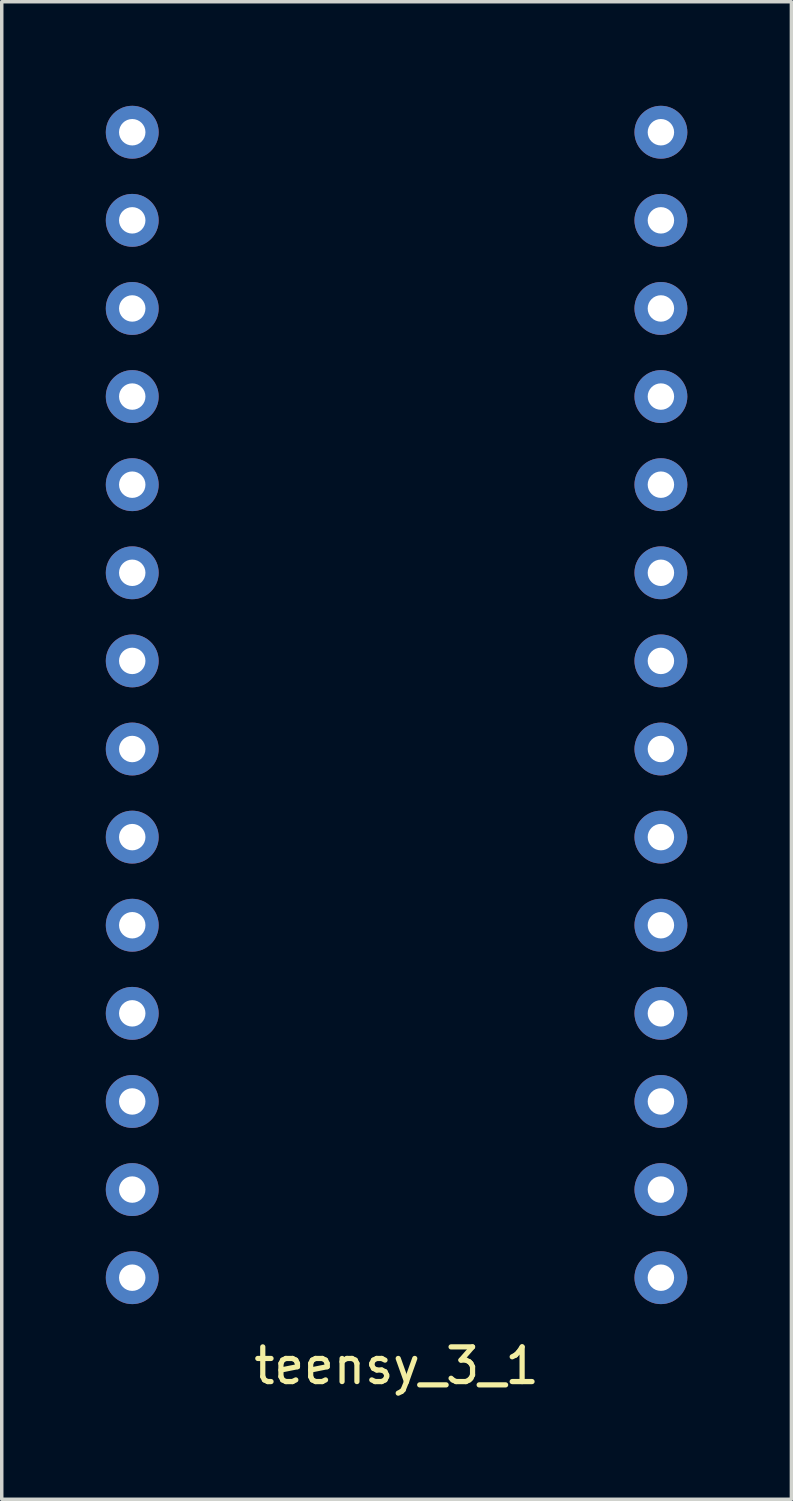
<source format=kicad_pcb>
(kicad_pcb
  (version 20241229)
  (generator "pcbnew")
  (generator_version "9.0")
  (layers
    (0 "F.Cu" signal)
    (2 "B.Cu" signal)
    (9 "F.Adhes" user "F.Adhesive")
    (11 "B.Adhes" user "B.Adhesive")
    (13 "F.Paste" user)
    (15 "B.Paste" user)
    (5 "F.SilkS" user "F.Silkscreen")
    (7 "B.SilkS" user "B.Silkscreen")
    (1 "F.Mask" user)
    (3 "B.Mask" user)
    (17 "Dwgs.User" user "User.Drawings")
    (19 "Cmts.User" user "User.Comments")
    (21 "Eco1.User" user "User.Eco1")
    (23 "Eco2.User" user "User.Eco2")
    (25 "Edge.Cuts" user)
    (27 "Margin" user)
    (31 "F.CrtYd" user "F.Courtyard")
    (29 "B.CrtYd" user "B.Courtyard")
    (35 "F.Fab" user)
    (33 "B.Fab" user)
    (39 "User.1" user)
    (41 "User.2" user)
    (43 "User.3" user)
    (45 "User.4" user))
  (footprint "teensy_3_1"
    (layer "F.Cu")
    (at 8.382 17.272)
    (property "Reference" "teensy_3_1" (at 0 19.05 0) (layer "F.SilkS") (effects (font (size 1 1) (thickness 0.15))))
    (attr through_hole)
    (pad "1" thru_hole circle (at -7.62 -16.51) (size 1.524 1.524) (drill 0.762) (layers "*.Cu" "*.Mask"))
    (pad "2" thru_hole circle (at -7.62 -13.97) (size 1.524 1.524) (drill 0.762) (layers "*.Cu" "*.Mask"))
    (pad "3" thru_hole circle (at -7.62 -11.43) (size 1.524 1.524) (drill 0.762) (layers "*.Cu" "*.Mask"))
    (pad "4" thru_hole circle (at -7.62 -8.89) (size 1.524 1.524) (drill 0.762) (layers "*.Cu" "*.Mask"))
    (pad "5" thru_hole circle (at -7.62 -6.35) (size 1.524 1.524) (drill 0.762) (layers "*.Cu" "*.Mask"))
    (pad "6" thru_hole circle (at -7.62 -3.81) (size 1.524 1.524) (drill 0.762) (layers "*.Cu" "*.Mask"))
    (pad "7" thru_hole circle (at -7.62 -1.27) (size 1.524 1.524) (drill 0.762) (layers "*.Cu" "*.Mask"))
    (pad "8" thru_hole circle (at -7.62 1.27) (size 1.524 1.524) (drill 0.762) (layers "*.Cu" "*.Mask"))
    (pad "9" thru_hole circle (at -7.62 3.81) (size 1.524 1.524) (drill 0.762) (layers "*.Cu" "*.Mask"))
    (pad "10" thru_hole circle (at -7.62 6.35) (size 1.524 1.524) (drill 0.762) (layers "*.Cu" "*.Mask"))
    (pad "11" thru_hole circle (at -7.62 8.89) (size 1.524 1.524) (drill 0.762) (layers "*.Cu" "*.Mask"))
    (pad "12" thru_hole circle (at -7.62 11.43) (size 1.524 1.524) (drill 0.762) (layers "*.Cu" "*.Mask"))
    (pad "13" thru_hole circle (at -7.62 13.97) (size 1.524 1.524) (drill 0.762) (layers "*.Cu" "*.Mask"))
    (pad "14" thru_hole circle (at -7.62 16.51) (size 1.524 1.524) (drill 0.762) (layers "*.Cu" "*.Mask"))
    (pad "15" thru_hole circle (at 7.62 16.51) (size 1.524 1.524) (drill 0.762) (layers "*.Cu" "*.Mask"))
    (pad "16" thru_hole circle (at 7.62 13.97) (size 1.524 1.524) (drill 0.762) (layers "*.Cu" "*.Mask"))
    (pad "17" thru_hole circle (at 7.62 11.43) (size 1.524 1.524) (drill 0.762) (layers "*.Cu" "*.Mask"))
    (pad "18" thru_hole circle (at 7.62 8.89) (size 1.524 1.524) (drill 0.762) (layers "*.Cu" "*.Mask"))
    (pad "19" thru_hole circle (at 7.62 6.35) (size 1.524 1.524) (drill 0.762) (layers "*.Cu" "*.Mask"))
    (pad "20" thru_hole circle (at 7.62 3.81) (size 1.524 1.524) (drill 0.762) (layers "*.Cu" "*.Mask"))
    (pad "21" thru_hole circle (at 7.62 1.27) (size 1.524 1.524) (drill 0.762) (layers "*.Cu" "*.Mask"))
    (pad "22" thru_hole circle (at 7.62 -1.27) (size 1.524 1.524) (drill 0.762) (layers "*.Cu" "*.Mask"))
    (pad "23" thru_hole circle (at 7.62 -3.81) (size 1.524 1.524) (drill 0.762) (layers "*.Cu" "*.Mask"))
    (pad "24" thru_hole circle (at 7.62 -6.35) (size 1.524 1.524) (drill 0.762) (layers "*.Cu" "*.Mask"))
    (pad "25" thru_hole circle (at 7.62 -8.89) (size 1.524 1.524) (drill 0.762) (layers "*.Cu" "*.Mask"))
    (pad "26" thru_hole circle (at 7.62 -11.43) (size 1.524 1.524) (drill 0.762) (layers "*.Cu" "*.Mask"))
    (pad "27" thru_hole circle (at 7.62 -13.97) (size 1.524 1.524) (drill 0.762) (layers "*.Cu" "*.Mask"))
    (pad "28" thru_hole circle (at 7.62 -16.51) (size 1.524 1.524) (drill 0.762) (layers "*.Cu" "*.Mask")))
  (gr_rect
    (start -3 -3)
    (end 19.764 40.17)
    (stroke (width 0.1) (type default))
    (fill no)
    (layer "Edge.Cuts")))
</source>
